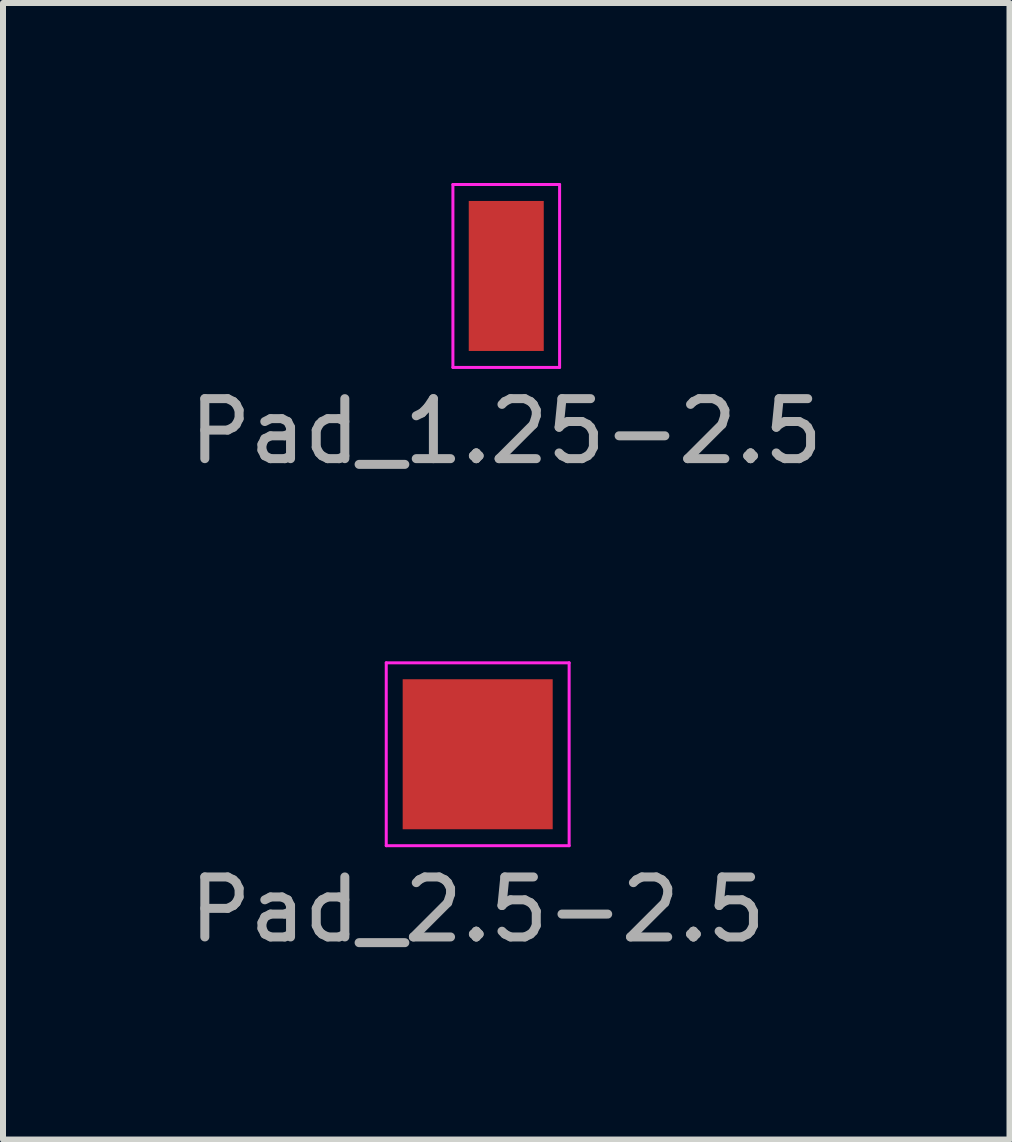
<source format=kicad_pcb>
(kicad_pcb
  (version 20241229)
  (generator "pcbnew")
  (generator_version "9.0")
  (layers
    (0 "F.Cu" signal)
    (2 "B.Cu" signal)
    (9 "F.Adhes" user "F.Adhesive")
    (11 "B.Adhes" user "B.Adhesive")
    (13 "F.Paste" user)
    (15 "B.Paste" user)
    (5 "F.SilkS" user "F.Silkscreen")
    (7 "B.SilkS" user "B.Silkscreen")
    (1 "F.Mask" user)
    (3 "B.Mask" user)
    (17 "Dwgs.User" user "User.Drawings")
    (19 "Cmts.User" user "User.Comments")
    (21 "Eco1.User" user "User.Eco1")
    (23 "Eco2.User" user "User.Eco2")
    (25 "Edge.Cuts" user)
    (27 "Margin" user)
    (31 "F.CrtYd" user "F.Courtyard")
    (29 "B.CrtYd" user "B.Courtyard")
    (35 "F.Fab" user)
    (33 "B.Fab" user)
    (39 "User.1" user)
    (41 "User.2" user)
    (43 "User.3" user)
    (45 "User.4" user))
  (footprint "Pad_1.25-2.5"
    (layer "F.Cu")
    (at 5.387 1.549)
    (property "Reference" "Pad_1.25-2.5" (at 0 3.175 180) (layer "F.Fab") (effects (font (size 1 1) (thickness 0.15)) (justify bottom)))
    (attr smd)
    (fp_line (start -0.889 -1.524) (end 0.889 -1.524) (stroke (width 0.05) (type solid)) (layer "F.CrtYd"))
    (fp_line (start -0.889 1.524) (end -0.889 -1.524) (stroke (width 0.05) (type solid)) (layer "F.CrtYd"))
    (fp_line (start 0.889 -1.524) (end 0.889 1.524) (stroke (width 0.05) (type solid)) (layer "F.CrtYd"))
    (fp_line (start 0.889 1.524) (end -0.889 1.524) (stroke (width 0.05) (type solid)) (layer "F.CrtYd"))
    (pad "1" smd rect (at 0 0) (size 1.25 2.5) (layers "F.Cu" "F.Mask" "F.Paste")))
  (footprint "Pad_2.5-2.5"
    (layer "F.Cu")
    (at 4.911 9.52)
    (property "Reference" "Pad_2.5-2.5" (at 0 3.175 180) (layer "F.Fab") (effects (font (size 1 1) (thickness 0.15)) (justify bottom)))
    (attr smd)
    (fp_line (start -1.524 -1.524) (end 1.524 -1.524) (stroke (width 0.05) (type solid)) (layer "F.CrtYd"))
    (fp_line (start -1.524 1.524) (end -1.524 -1.524) (stroke (width 0.05) (type solid)) (layer "F.CrtYd"))
    (fp_line (start 1.524 -1.524) (end 1.524 1.524) (stroke (width 0.05) (type solid)) (layer "F.CrtYd"))
    (fp_line (start 1.524 1.524) (end -1.524 1.524) (stroke (width 0.05) (type solid)) (layer "F.CrtYd"))
    (pad "1" smd rect (at 0 0) (size 2.5 2.5) (layers "F.Cu" "F.Mask" "F.Paste")))
  (gr_rect
    (start -3 -3)
    (end 13.774 15.941)
    (stroke (width 0.1) (type default))
    (fill no)
    (layer "Edge.Cuts")))
</source>
